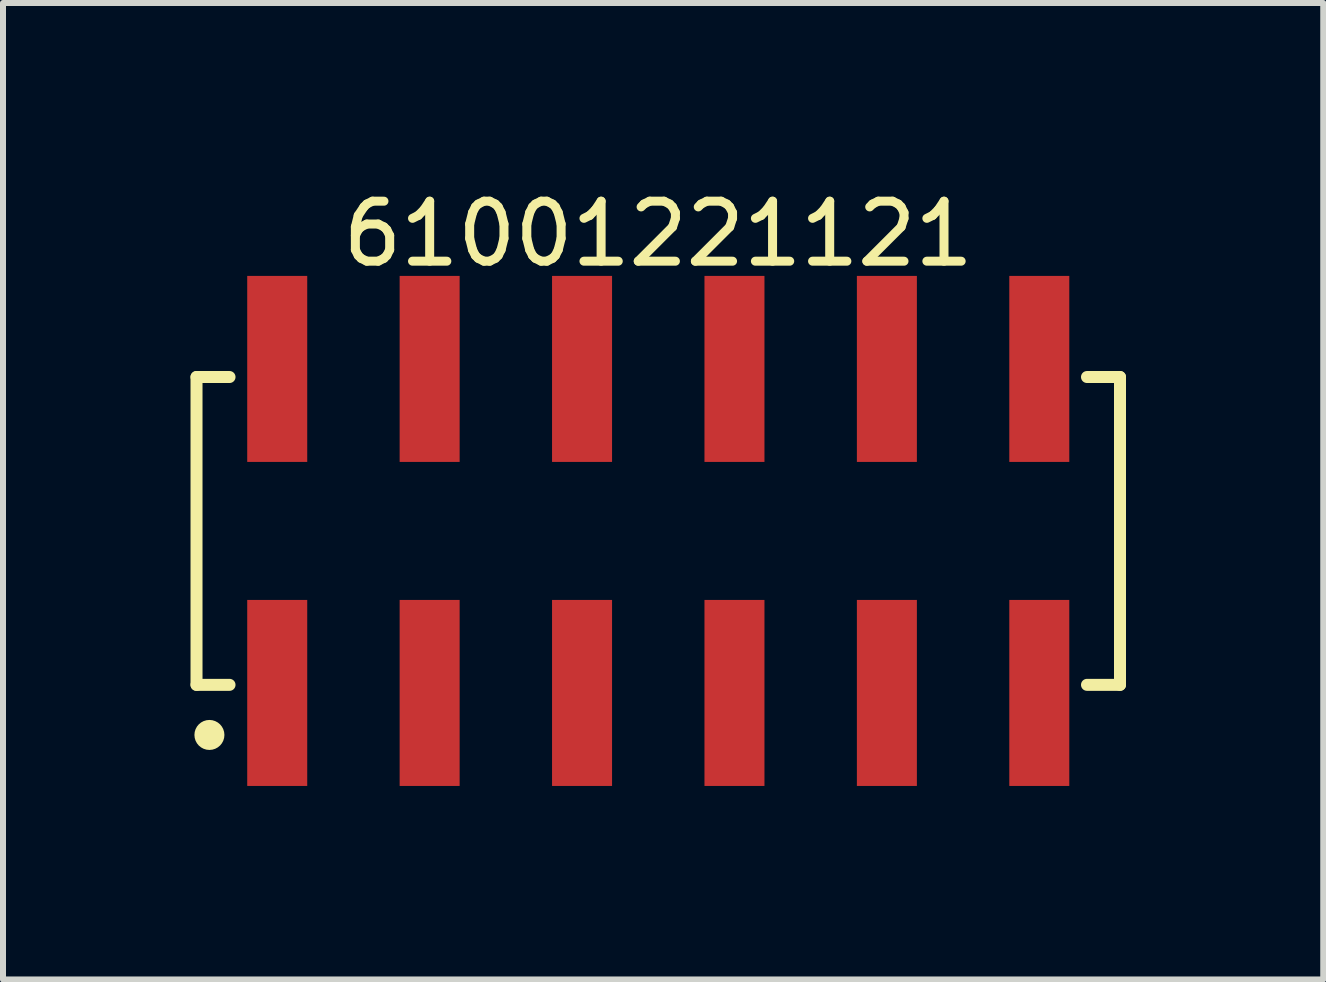
<source format=kicad_pcb>
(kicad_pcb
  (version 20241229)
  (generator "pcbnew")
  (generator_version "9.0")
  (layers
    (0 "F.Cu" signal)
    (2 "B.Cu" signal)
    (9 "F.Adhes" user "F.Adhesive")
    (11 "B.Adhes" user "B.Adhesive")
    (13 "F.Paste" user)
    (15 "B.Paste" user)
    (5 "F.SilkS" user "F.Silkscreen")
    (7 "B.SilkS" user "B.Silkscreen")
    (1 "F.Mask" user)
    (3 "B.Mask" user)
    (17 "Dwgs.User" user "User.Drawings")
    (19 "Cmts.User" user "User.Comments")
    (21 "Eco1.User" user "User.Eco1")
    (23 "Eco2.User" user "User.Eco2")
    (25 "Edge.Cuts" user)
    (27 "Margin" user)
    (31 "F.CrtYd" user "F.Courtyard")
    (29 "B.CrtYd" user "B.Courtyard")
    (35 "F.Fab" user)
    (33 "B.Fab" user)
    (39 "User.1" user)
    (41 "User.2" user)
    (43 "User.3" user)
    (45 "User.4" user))
  (footprint "61001221121"
    (layer "F.Cu")
    (at 7.92 5.798)
    (property "Reference" "61001221121" (at 0 -4.95 0) (layer "F.SilkS") (effects (font (size 1 1) (thickness 0.15))))
    (fp_line (start -7.695 -2.565) (end -7.145 -2.565) (stroke (width 0.2) (type solid)) (layer "F.SilkS"))
    (fp_line (start -7.695 2.565) (end -7.695 -2.565) (stroke (width 0.2) (type solid)) (layer "F.SilkS"))
    (fp_line (start -7.695 2.565) (end -7.145 2.565) (stroke (width 0.2) (type solid)) (layer "F.SilkS"))
    (fp_line (start 7.145 -2.565) (end 7.695 -2.565) (stroke (width 0.2) (type solid)) (layer "F.SilkS"))
    (fp_line (start 7.145 2.565) (end 7.695 2.565) (stroke (width 0.2) (type solid)) (layer "F.SilkS"))
    (fp_line (start 7.695 2.565) (end 7.695 -2.565) (stroke (width 0.2) (type solid)) (layer "F.SilkS"))
    (fp_circle (center -7.48 3.4) (end -7.48 3.275) (stroke (width 0.25) (type solid)) (fill no) (layer "F.SilkS"))
    (fp_line (start -7.895 -4.45) (end 7.895 -4.45) (stroke (width 0.05) (type solid)) (layer "Eco2.User"))
    (fp_line (start -7.895 4.45) (end -7.895 -4.45) (stroke (width 0.05) (type solid)) (layer "Eco2.User"))
    (fp_line (start -7.895 4.45) (end 7.895 4.45) (stroke (width 0.05) (type solid)) (layer "Eco2.User"))
    (fp_line (start -7.62 -2.54) (end 7.62 -2.54) (stroke (width 0.1) (type solid)) (layer "Eco2.User"))
    (fp_line (start -7.62 2.54) (end -7.62 -2.54) (stroke (width 0.1) (type solid)) (layer "Eco2.User"))
    (fp_line (start -7.62 2.54) (end 7.62 2.54) (stroke (width 0.1) (type solid)) (layer "Eco2.User"))
    (fp_line (start -6.67 -3.75) (end -6.03 -3.75) (stroke (width 0.1) (type solid)) (layer "Eco2.User"))
    (fp_line (start -6.67 -2.54) (end -6.67 -3.75) (stroke (width 0.1) (type solid)) (layer "Eco2.User"))
    (fp_line (start -6.67 3.75) (end -6.67 2.54) (stroke (width 0.1) (type solid)) (layer "Eco2.User"))
    (fp_line (start -6.67 3.75) (end -6.03 3.75) (stroke (width 0.1) (type solid)) (layer "Eco2.User"))
    (fp_line (start -6.03 -2.54) (end -6.03 -3.75) (stroke (width 0.1) (type solid)) (layer "Eco2.User"))
    (fp_line (start -6.03 3.75) (end -6.03 2.54) (stroke (width 0.1) (type solid)) (layer "Eco2.User"))
    (fp_line (start -4.13 -3.75) (end -3.49 -3.75) (stroke (width 0.1) (type solid)) (layer "Eco2.User"))
    (fp_line (start -4.13 -2.54) (end -4.13 -3.75) (stroke (width 0.1) (type solid)) (layer "Eco2.User"))
    (fp_line (start -4.13 3.75) (end -4.13 2.54) (stroke (width 0.1) (type solid)) (layer "Eco2.User"))
    (fp_line (start -4.13 3.75) (end -3.49 3.75) (stroke (width 0.1) (type solid)) (layer "Eco2.User"))
    (fp_line (start -3.49 -2.54) (end -3.49 -3.75) (stroke (width 0.1) (type solid)) (layer "Eco2.User"))
    (fp_line (start -3.49 3.75) (end -3.49 2.54) (stroke (width 0.1) (type solid)) (layer "Eco2.User"))
    (fp_line (start -1.59 -3.75) (end -0.95 -3.75) (stroke (width 0.1) (type solid)) (layer "Eco2.User"))
    (fp_line (start -1.59 -2.54) (end -1.59 -3.75) (stroke (width 0.1) (type solid)) (layer "Eco2.User"))
    (fp_line (start -1.59 3.75) (end -1.59 2.54) (stroke (width 0.1) (type solid)) (layer "Eco2.User"))
    (fp_line (start -1.59 3.75) (end -0.95 3.75) (stroke (width 0.1) (type solid)) (layer "Eco2.User"))
    (fp_line (start -0.95 -2.54) (end -0.95 -3.75) (stroke (width 0.1) (type solid)) (layer "Eco2.User"))
    (fp_line (start -0.95 3.75) (end -0.95 2.54) (stroke (width 0.1) (type solid)) (layer "Eco2.User"))
    (fp_line (start -0.5 0) (end 0.5 0) (stroke (width 0.05) (type solid)) (layer "Eco2.User"))
    (fp_line (start 0 0.5) (end 0 -0.5) (stroke (width 0.05) (type solid)) (layer "Eco2.User"))
    (fp_line (start 0.95 -3.75) (end 1.59 -3.75) (stroke (width 0.1) (type solid)) (layer "Eco2.User"))
    (fp_line (start 0.95 -2.54) (end 0.95 -3.75) (stroke (width 0.1) (type solid)) (layer "Eco2.User"))
    (fp_line (start 0.95 3.75) (end 0.95 2.54) (stroke (width 0.1) (type solid)) (layer "Eco2.User"))
    (fp_line (start 0.95 3.75) (end 1.59 3.75) (stroke (width 0.1) (type solid)) (layer "Eco2.User"))
    (fp_line (start 1.59 -2.54) (end 1.59 -3.75) (stroke (width 0.1) (type solid)) (layer "Eco2.User"))
    (fp_line (start 1.59 3.75) (end 1.59 2.54) (stroke (width 0.1) (type solid)) (layer "Eco2.User"))
    (fp_line (start 3.49 -3.75) (end 4.13 -3.75) (stroke (width 0.1) (type solid)) (layer "Eco2.User"))
    (fp_line (start 3.49 -2.54) (end 3.49 -3.75) (stroke (width 0.1) (type solid)) (layer "Eco2.User"))
    (fp_line (start 3.49 3.75) (end 3.49 2.54) (stroke (width 0.1) (type solid)) (layer "Eco2.User"))
    (fp_line (start 3.49 3.75) (end 4.13 3.75) (stroke (width 0.1) (type solid)) (layer "Eco2.User"))
    (fp_line (start 4.13 -2.54) (end 4.13 -3.75) (stroke (width 0.1) (type solid)) (layer "Eco2.User"))
    (fp_line (start 4.13 3.75) (end 4.13 2.54) (stroke (width 0.1) (type solid)) (layer "Eco2.User"))
    (fp_line (start 6.03 -3.75) (end 6.67 -3.75) (stroke (width 0.1) (type solid)) (layer "Eco2.User"))
    (fp_line (start 6.03 -2.54) (end 6.03 -3.75) (stroke (width 0.1) (type solid)) (layer "Eco2.User"))
    (fp_line (start 6.03 3.75) (end 6.03 2.54) (stroke (width 0.1) (type solid)) (layer "Eco2.User"))
    (fp_line (start 6.03 3.75) (end 6.67 3.75) (stroke (width 0.1) (type solid)) (layer "Eco2.User"))
    (fp_line (start 6.67 -2.54) (end 6.67 -3.75) (stroke (width 0.1) (type solid)) (layer "Eco2.User"))
    (fp_line (start 6.67 3.75) (end 6.67 2.54) (stroke (width 0.1) (type solid)) (layer "Eco2.User"))
    (fp_line (start 7.62 2.54) (end 7.62 -2.54) (stroke (width 0.1) (type solid)) (layer "Eco2.User"))
    (fp_line (start 7.895 4.45) (end 7.895 -4.45) (stroke (width 0.05) (type solid)) (layer "Eco2.User"))
    (fp_text user "${REFERENCE}" (at 0.15 -0.197 0) (unlocked yes) (layer "User.3") (effects (font (size 1.5 1.5) (thickness 0.15))))
    (pad "1" smd rect (at -6.35 2.7) (size 1 3.1) (layers "F.Cu" "F.Mask" "F.Paste"))
    (pad "2" smd rect (at -6.35 -2.7) (size 1 3.1) (layers "F.Cu" "F.Mask" "F.Paste"))
    (pad "3" smd rect (at -3.81 2.7) (size 1 3.1) (layers "F.Cu" "F.Mask" "F.Paste"))
    (pad "4" smd rect (at -3.81 -2.7) (size 1 3.1) (layers "F.Cu" "F.Mask" "F.Paste"))
    (pad "5" smd rect (at -1.27 2.7) (size 1 3.1) (layers "F.Cu" "F.Mask" "F.Paste"))
    (pad "6" smd rect (at -1.27 -2.7) (size 1 3.1) (layers "F.Cu" "F.Mask" "F.Paste"))
    (pad "7" smd rect (at 1.27 2.7) (size 1 3.1) (layers "F.Cu" "F.Mask" "F.Paste"))
    (pad "8" smd rect (at 1.27 -2.7) (size 1 3.1) (layers "F.Cu" "F.Mask" "F.Paste"))
    (pad "9" smd rect (at 3.81 2.7) (size 1 3.1) (layers "F.Cu" "F.Mask" "F.Paste"))
    (pad "10" smd rect (at 3.81 -2.7) (size 1 3.1) (layers "F.Cu" "F.Mask" "F.Paste"))
    (pad "11" smd rect (at 6.35 2.7) (size 1 3.1) (layers "F.Cu" "F.Mask" "F.Paste"))
    (pad "12" smd rect (at 6.35 -2.7) (size 1 3.1) (layers "F.Cu" "F.Mask" "F.Paste")))
  (gr_rect
    (start -3 -3)
    (end 19.002 13.273)
    (stroke (width 0.1) (type default))
    (fill no)
    (layer "Edge.Cuts")))
</source>
